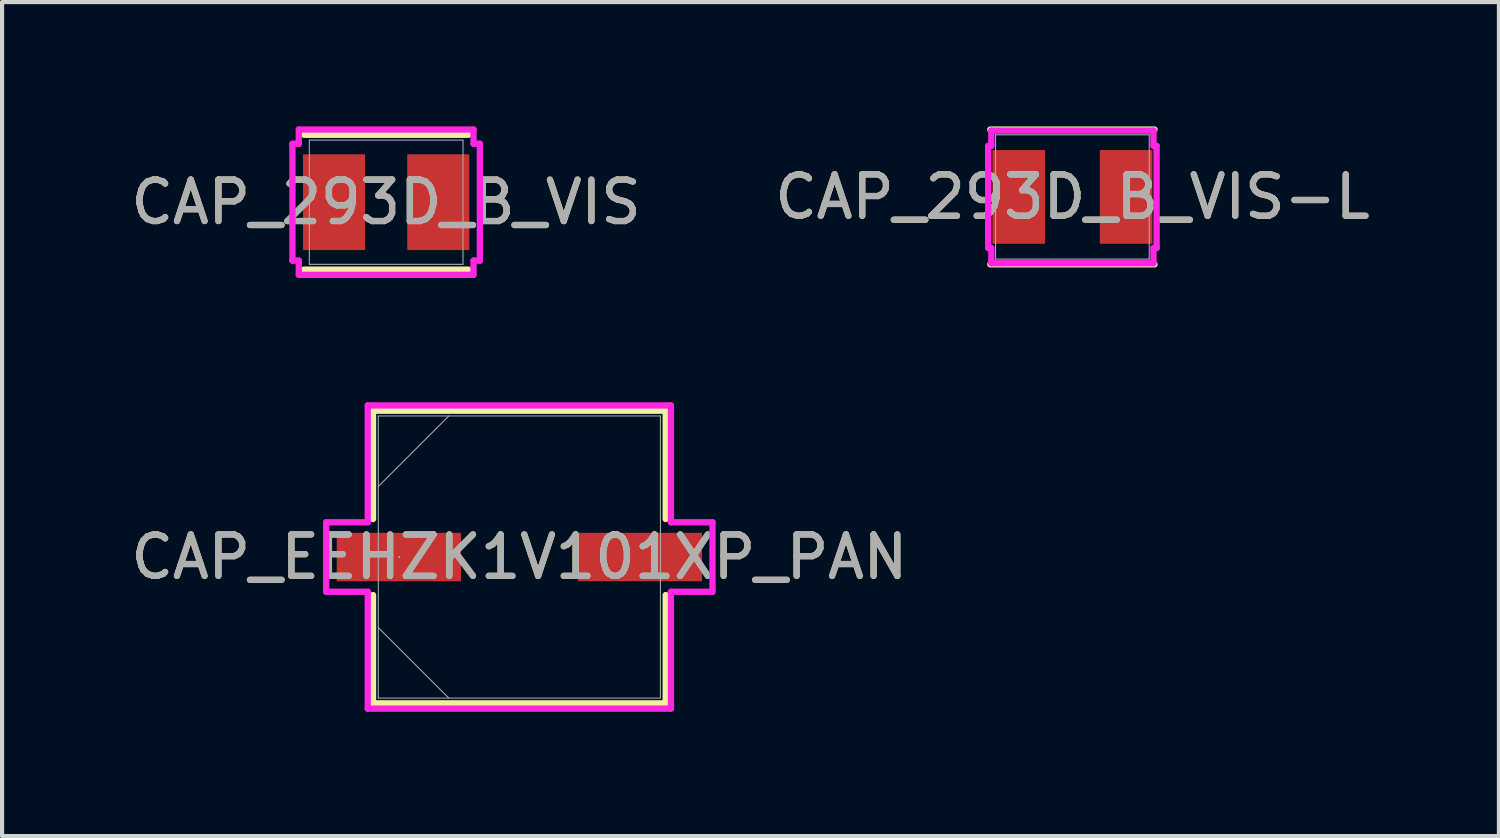
<source format=kicad_pcb>
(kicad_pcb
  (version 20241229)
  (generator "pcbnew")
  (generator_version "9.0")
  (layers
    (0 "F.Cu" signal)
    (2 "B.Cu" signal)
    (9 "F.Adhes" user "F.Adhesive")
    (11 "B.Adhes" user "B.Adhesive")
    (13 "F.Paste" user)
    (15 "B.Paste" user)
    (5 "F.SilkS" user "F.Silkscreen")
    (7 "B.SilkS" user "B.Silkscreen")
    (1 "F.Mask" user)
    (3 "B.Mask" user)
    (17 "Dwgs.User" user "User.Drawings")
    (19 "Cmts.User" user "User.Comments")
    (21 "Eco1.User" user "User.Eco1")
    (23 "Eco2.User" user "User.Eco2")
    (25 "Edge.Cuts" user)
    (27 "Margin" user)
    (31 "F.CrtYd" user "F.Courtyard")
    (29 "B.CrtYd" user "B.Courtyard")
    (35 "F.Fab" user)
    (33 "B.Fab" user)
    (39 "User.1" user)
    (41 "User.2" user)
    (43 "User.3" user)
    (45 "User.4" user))
  (footprint "CAP_293D_B_VIS"
    (layer "F.Cu")
    (at 6.268 1.829)
    (property "Reference" "CAP_293D_B_VIS" (at 0 0 0) (unlocked yes) (layer "F.SilkS") (effects (font (size 1 1) (thickness 0.15))))
    (attr smd)
    (fp_line (start -1.981 1.626) (end 1.981 1.626) (stroke (width 0.152) (type solid)) (layer "F.SilkS"))
    (fp_line (start 1.981 -1.626) (end -1.981 -1.626) (stroke (width 0.152) (type solid)) (layer "F.SilkS"))
    (fp_line (start -2.261 -1.41) (end -2.108 -1.41) (stroke (width 0.152) (type solid)) (layer "F.CrtYd"))
    (fp_line (start -2.261 1.41) (end -2.261 -1.41) (stroke (width 0.152) (type solid)) (layer "F.CrtYd"))
    (fp_line (start -2.108 -1.753) (end 2.108 -1.753) (stroke (width 0.152) (type solid)) (layer "F.CrtYd"))
    (fp_line (start -2.108 -1.41) (end -2.108 -1.753) (stroke (width 0.152) (type solid)) (layer "F.CrtYd"))
    (fp_line (start -2.108 1.41) (end -2.261 1.41) (stroke (width 0.152) (type solid)) (layer "F.CrtYd"))
    (fp_line (start -2.108 1.753) (end -2.108 1.41) (stroke (width 0.152) (type solid)) (layer "F.CrtYd"))
    (fp_line (start 2.108 -1.753) (end 2.108 -1.41) (stroke (width 0.152) (type solid)) (layer "F.CrtYd"))
    (fp_line (start 2.108 -1.41) (end 2.261 -1.41) (stroke (width 0.152) (type solid)) (layer "F.CrtYd"))
    (fp_line (start 2.108 1.41) (end 2.108 1.753) (stroke (width 0.152) (type solid)) (layer "F.CrtYd"))
    (fp_line (start 2.108 1.753) (end -2.108 1.753) (stroke (width 0.152) (type solid)) (layer "F.CrtYd"))
    (fp_line (start 2.261 -1.41) (end 2.261 1.41) (stroke (width 0.152) (type solid)) (layer "F.CrtYd"))
    (fp_line (start 2.261 1.41) (end 2.108 1.41) (stroke (width 0.152) (type solid)) (layer "F.CrtYd"))
    (fp_line (start -1.854 -1.499) (end -1.854 1.499) (stroke (width 0.025) (type solid)) (layer "F.Fab"))
    (fp_line (start -1.854 1.499) (end 1.854 1.499) (stroke (width 0.025) (type solid)) (layer "F.Fab"))
    (fp_line (start 1.854 -1.499) (end -1.854 -1.499) (stroke (width 0.025) (type solid)) (layer "F.Fab"))
    (fp_line (start 1.854 1.499) (end 1.854 -1.499) (stroke (width 0.025) (type solid)) (layer "F.Fab"))
    (fp_text user "${REFERENCE}" (at 0 0 0) (unlocked yes) (layer "F.Fab") (effects (font (size 1 1) (thickness 0.15))))
    (pad "1" smd rect (at -1.258 0 90) (size 2.311 1.498) (layers "F.Cu" "F.Mask" "F.Paste"))
    (pad "2" smd rect (at 1.258 0 90) (size 2.311 1.498) (layers "F.Cu" "F.Mask" "F.Paste"))
    (zone (net_name "") (layer "F.Cu") (hatch full 0.508) (connect_pads) (min_thickness 0.254) (filled_areas_thickness no) (keepout (tracks not_allowed) (vias not_allowed) (pads allowed) (copperpour not_allowed) (footprints allowed)) (placement (enabled no)) (fill) (polygon (pts (xy 4.464 0.381) (xy 8.071 0.381) (xy 8.071 0.622) (xy 4.464 0.622))))
    (zone (net_name "") (layer "F.Cu") (hatch full 0.508) (connect_pads) (min_thickness 0.254) (filled_areas_thickness no) (keepout (tracks not_allowed) (vias not_allowed) (pads allowed) (copperpour not_allowed) (footprints allowed)) (placement (enabled no)) (fill) (polygon (pts (xy 4.464 3.035) (xy 8.071 3.035) (xy 8.071 3.277) (xy 4.464 3.277))))
    (zone (net_name "") (layer "F.Cu") (hatch full 0.508) (connect_pads) (min_thickness 0.254) (filled_areas_thickness no) (keepout (tracks not_allowed) (vias not_allowed) (pads allowed) (copperpour not_allowed) (footprints allowed)) (placement (enabled no)) (fill) (polygon (pts (xy 5.81 0.622) (xy 6.726 0.622) (xy 6.726 3.035) (xy 5.81 3.035)))))
  (footprint "CAP_293D_B_VIS-L"
    (layer "F.Cu")
    (at 22.827 1.702)
    (property "Reference" "CAP_293D_B_VIS-L" (at 0 0 0) (unlocked yes) (layer "F.SilkS") (effects (font (size 1 1) (thickness 0.15))))
    (attr smd)
    (fp_line (start -1.981 1.626) (end 1.981 1.626) (stroke (width 0.152) (type solid)) (layer "F.SilkS"))
    (fp_line (start 1.981 -1.626) (end -1.981 -1.626) (stroke (width 0.152) (type solid)) (layer "F.SilkS"))
    (fp_line (start -2.032 -1.232) (end -1.956 -1.232) (stroke (width 0.152) (type solid)) (layer "F.CrtYd"))
    (fp_line (start -2.032 1.232) (end -2.032 -1.232) (stroke (width 0.152) (type solid)) (layer "F.CrtYd"))
    (fp_line (start -1.956 -1.6) (end 1.956 -1.6) (stroke (width 0.152) (type solid)) (layer "F.CrtYd"))
    (fp_line (start -1.956 -1.232) (end -1.956 -1.6) (stroke (width 0.152) (type solid)) (layer "F.CrtYd"))
    (fp_line (start -1.956 1.232) (end -2.032 1.232) (stroke (width 0.152) (type solid)) (layer "F.CrtYd"))
    (fp_line (start -1.956 1.6) (end -1.956 1.232) (stroke (width 0.152) (type solid)) (layer "F.CrtYd"))
    (fp_line (start 1.956 -1.6) (end 1.956 -1.232) (stroke (width 0.152) (type solid)) (layer "F.CrtYd"))
    (fp_line (start 1.956 -1.232) (end 2.032 -1.232) (stroke (width 0.152) (type solid)) (layer "F.CrtYd"))
    (fp_line (start 1.956 1.232) (end 1.956 1.6) (stroke (width 0.152) (type solid)) (layer "F.CrtYd"))
    (fp_line (start 1.956 1.6) (end -1.956 1.6) (stroke (width 0.152) (type solid)) (layer "F.CrtYd"))
    (fp_line (start 2.032 -1.232) (end 2.032 1.232) (stroke (width 0.152) (type solid)) (layer "F.CrtYd"))
    (fp_line (start 2.032 1.232) (end 1.956 1.232) (stroke (width 0.152) (type solid)) (layer "F.CrtYd"))
    (fp_line (start -1.854 -1.499) (end -1.854 1.499) (stroke (width 0.025) (type solid)) (layer "F.Fab"))
    (fp_line (start -1.854 1.499) (end 1.854 1.499) (stroke (width 0.025) (type solid)) (layer "F.Fab"))
    (fp_line (start 1.854 -1.499) (end -1.854 -1.499) (stroke (width 0.025) (type solid)) (layer "F.Fab"))
    (fp_line (start 1.854 1.499) (end 1.854 -1.499) (stroke (width 0.025) (type solid)) (layer "F.Fab"))
    (fp_text user "${REFERENCE}" (at 0 0 0) (unlocked yes) (layer "F.Fab") (effects (font (size 1 1) (thickness 0.15))))
    (pad "1" smd rect (at -1.296 0 90) (size 2.261 1.27) (layers "F.Cu" "F.Mask" "F.Paste"))
    (pad "2" smd rect (at 1.296 0 90) (size 2.261 1.27) (layers "F.Cu" "F.Mask" "F.Paste"))
    (zone (net_name "") (layer "F.Cu") (hatch full 0.508) (connect_pads) (min_thickness 0.254) (filled_areas_thickness no) (keepout (tracks not_allowed) (vias not_allowed) (pads allowed) (copperpour not_allowed) (footprints allowed)) (placement (enabled no)) (fill) (polygon (pts (xy 21.024 0.254) (xy 24.631 0.254) (xy 24.631 0.495) (xy 21.024 0.495))))
    (zone (net_name "") (layer "F.Cu") (hatch full 0.508) (connect_pads) (min_thickness 0.254) (filled_areas_thickness no) (keepout (tracks not_allowed) (vias not_allowed) (pads allowed) (copperpour not_allowed) (footprints allowed)) (placement (enabled no)) (fill) (polygon (pts (xy 21.024 2.908) (xy 24.631 2.908) (xy 24.631 3.15) (xy 21.024 3.15))))
    (zone (net_name "") (layer "F.Cu") (hatch full 0.508) (connect_pads) (min_thickness 0.254) (filled_areas_thickness no) (keepout (tracks not_allowed) (vias not_allowed) (pads allowed) (copperpour not_allowed) (footprints allowed)) (placement (enabled no)) (fill) (polygon (pts (xy 22.217 0.495) (xy 23.437 0.495) (xy 23.437 2.908) (xy 22.217 2.908)))))
  (footprint "CAP_EEHZK1V101XP_PAN"
    (layer "F.Cu")
    (at 9.482 10.391)
    (property "Reference" "CAP_EEHZK1V101XP_PAN" (at 0 0 0) (unlocked yes) (layer "F.SilkS") (effects (font (size 1 1) (thickness 0.15))))
    (attr smd)
    (fp_line (start -3.531 -3.531) (end -3.531 -0.917) (stroke (width 0.152) (type solid)) (layer "F.SilkS"))
    (fp_line (start -3.531 0.917) (end -3.531 3.531) (stroke (width 0.152) (type solid)) (layer "F.SilkS"))
    (fp_line (start -3.531 3.531) (end 3.531 3.531) (stroke (width 0.152) (type solid)) (layer "F.SilkS"))
    (fp_line (start 3.531 -3.531) (end -3.531 -3.531) (stroke (width 0.152) (type solid)) (layer "F.SilkS"))
    (fp_line (start 3.531 -0.917) (end 3.531 -3.531) (stroke (width 0.152) (type solid)) (layer "F.SilkS"))
    (fp_line (start 3.531 3.531) (end 3.531 0.917) (stroke (width 0.152) (type solid)) (layer "F.SilkS"))
    (fp_line (start -4.661 -0.838) (end -3.658 -0.838) (stroke (width 0.152) (type solid)) (layer "F.CrtYd"))
    (fp_line (start -4.661 0.838) (end -4.661 -0.838) (stroke (width 0.152) (type solid)) (layer "F.CrtYd"))
    (fp_line (start -3.658 -3.658) (end 3.658 -3.658) (stroke (width 0.152) (type solid)) (layer "F.CrtYd"))
    (fp_line (start -3.658 -0.838) (end -3.658 -3.658) (stroke (width 0.152) (type solid)) (layer "F.CrtYd"))
    (fp_line (start -3.658 0.838) (end -4.661 0.838) (stroke (width 0.152) (type solid)) (layer "F.CrtYd"))
    (fp_line (start -3.658 3.658) (end -3.658 0.838) (stroke (width 0.152) (type solid)) (layer "F.CrtYd"))
    (fp_line (start 3.658 -3.658) (end 3.658 -0.838) (stroke (width 0.152) (type solid)) (layer "F.CrtYd"))
    (fp_line (start 3.658 -0.838) (end 4.661 -0.838) (stroke (width 0.152) (type solid)) (layer "F.CrtYd"))
    (fp_line (start 3.658 0.838) (end 3.658 3.658) (stroke (width 0.152) (type solid)) (layer "F.CrtYd"))
    (fp_line (start 3.658 3.658) (end -3.658 3.658) (stroke (width 0.152) (type solid)) (layer "F.CrtYd"))
    (fp_line (start 4.661 -0.838) (end 4.661 0.838) (stroke (width 0.152) (type solid)) (layer "F.CrtYd"))
    (fp_line (start 4.661 0.838) (end 3.658 0.838) (stroke (width 0.152) (type solid)) (layer "F.CrtYd"))
    (fp_line (start -3.404 -3.404) (end -3.404 3.404) (stroke (width 0.025) (type solid)) (layer "F.Fab"))
    (fp_line (start -3.404 -1.702) (end -1.702 -3.404) (stroke (width 0.025) (type solid)) (layer "F.Fab"))
    (fp_line (start -3.404 1.702) (end -1.702 3.404) (stroke (width 0.025) (type solid)) (layer "F.Fab"))
    (fp_line (start -3.404 3.404) (end 3.404 3.404) (stroke (width 0.025) (type solid)) (layer "F.Fab"))
    (fp_line (start 3.404 -3.404) (end -3.404 -3.404) (stroke (width 0.025) (type solid)) (layer "F.Fab"))
    (fp_line (start 3.404 3.404) (end 3.404 -3.404) (stroke (width 0.025) (type solid)) (layer "F.Fab"))
    (fp_circle (center -2.896 0) (end -2.896 0) (stroke (width 0.025) (type solid)) (fill no) (layer "F.Fab"))
    (fp_text user "${REFERENCE}" (at 0 0 0) (unlocked yes) (layer "F.Fab") (effects (font (size 1 1) (thickness 0.15))))
    (pad "1" smd rect (at -2.908 0) (size 2.997 1.168) (layers "F.Cu" "F.Mask" "F.Paste"))
    (pad "2" smd rect (at 2.908 0) (size 2.997 1.168) (layers "F.Cu" "F.Mask" "F.Paste"))
    (zone (net_name "") (layer "F.Cu") (hatch full 0.508) (connect_pads) (min_thickness 0.254) (filled_areas_thickness no) (keepout (tracks not_allowed) (vias not_allowed) (pads allowed) (copperpour not_allowed) (footprints allowed)) (placement (enabled no)) (fill) (polygon (pts (xy 6.129 7.039) (xy 12.835 7.039) (xy 12.835 9.756) (xy 6.129 9.756))))
    (zone (net_name "") (layer "F.Cu") (hatch full 0.508) (connect_pads) (min_thickness 0.254) (filled_areas_thickness no) (keepout (tracks not_allowed) (vias not_allowed) (pads allowed) (copperpour not_allowed) (footprints allowed)) (placement (enabled no)) (fill) (polygon (pts (xy 6.129 11.026) (xy 12.835 11.026) (xy 12.835 13.744) (xy 6.129 13.744))))
    (zone (net_name "") (layer "F.Cu") (hatch full 0.508) (connect_pads) (min_thickness 0.254) (filled_areas_thickness no) (keepout (tracks not_allowed) (vias not_allowed) (pads allowed) (copperpour not_allowed) (footprints allowed)) (placement (enabled no)) (fill) (polygon (pts (xy 8.123 9.756) (xy 10.841 9.756) (xy 10.841 11.026) (xy 8.123 11.026)))))
  (gr_rect
    (start -3 -3)
    (end 33.119 17.125)
    (stroke (width 0.1) (type default))
    (fill no)
    (layer "Edge.Cuts")))
</source>
